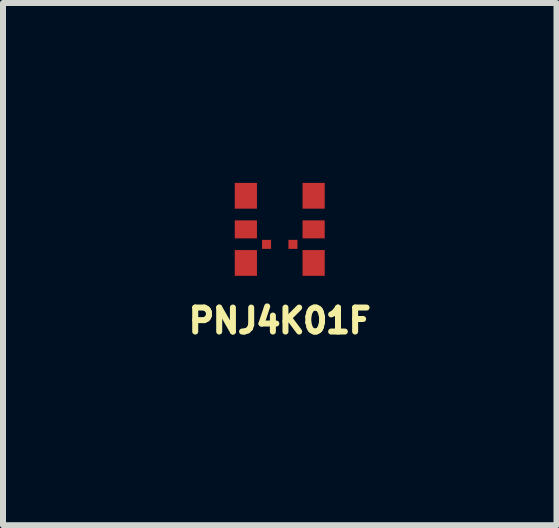
<source format=kicad_pcb>
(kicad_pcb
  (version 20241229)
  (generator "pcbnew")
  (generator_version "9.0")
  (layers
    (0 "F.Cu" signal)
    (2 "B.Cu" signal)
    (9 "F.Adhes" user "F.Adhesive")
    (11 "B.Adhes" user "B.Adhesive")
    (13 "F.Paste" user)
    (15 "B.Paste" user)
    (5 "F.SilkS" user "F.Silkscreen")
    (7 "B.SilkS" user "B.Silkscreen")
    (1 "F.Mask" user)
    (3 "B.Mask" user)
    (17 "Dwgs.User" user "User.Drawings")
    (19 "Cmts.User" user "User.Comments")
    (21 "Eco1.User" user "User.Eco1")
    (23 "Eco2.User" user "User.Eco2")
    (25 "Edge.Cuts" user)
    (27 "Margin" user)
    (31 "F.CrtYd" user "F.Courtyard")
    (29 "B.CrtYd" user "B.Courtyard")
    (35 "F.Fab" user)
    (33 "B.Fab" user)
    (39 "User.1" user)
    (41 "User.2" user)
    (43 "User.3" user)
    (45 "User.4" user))
  (footprint "PNJ4K01F"
    (layer "F.Cu")
    (at 1.615 0.775)
    (property "Reference" "PNJ4K01F" (at 0 1.524 0) (layer "F.SilkS") (effects (font (size 0.4 0.4) (thickness 0.1))))
    (attr through_hole)
    (pad "1" smd rect (at -0.565 -0.5) (size 0.37 0.43) (drill (offset 0 -0.06)) (layers "F.Cu" "F.Mask" "F.Paste"))
    (pad "2" smd rect (at -0.565 0) (size 0.37 0.3) (layers "F.Cu" "F.Mask" "F.Paste"))
    (pad "3" smd rect (at -0.565 0.5) (size 0.37 0.43) (drill (offset 0 0.06)) (layers "F.Cu" "F.Mask" "F.Paste"))
    (pad "4" smd rect (at 0.565 0.5) (size 0.37 0.43) (drill (offset 0 0.06)) (layers "F.Cu" "F.Mask" "F.Paste"))
    (pad "5" smd rect (at 0.565 0) (size 0.37 0.3) (layers "F.Cu" "F.Mask" "F.Paste"))
    (pad "6" smd rect (at 0.565 -0.5) (size 0.37 0.43) (drill (offset 0 -0.06)) (layers "F.Cu" "F.Mask" "F.Paste"))
    (pad "7" smd rect (at 0.22 0.25) (size 0.15 0.15) (layers "F.Cu" "F.Mask" "F.Paste"))
    (pad "8" smd rect (at -0.22 0.25) (size 0.15 0.15) (layers "F.Cu" "F.Mask" "F.Paste")))
  (gr_rect
    (start -3 -3)
    (end 6.23 5.708)
    (stroke (width 0.1) (type default))
    (fill no)
    (layer "Edge.Cuts")))
</source>
